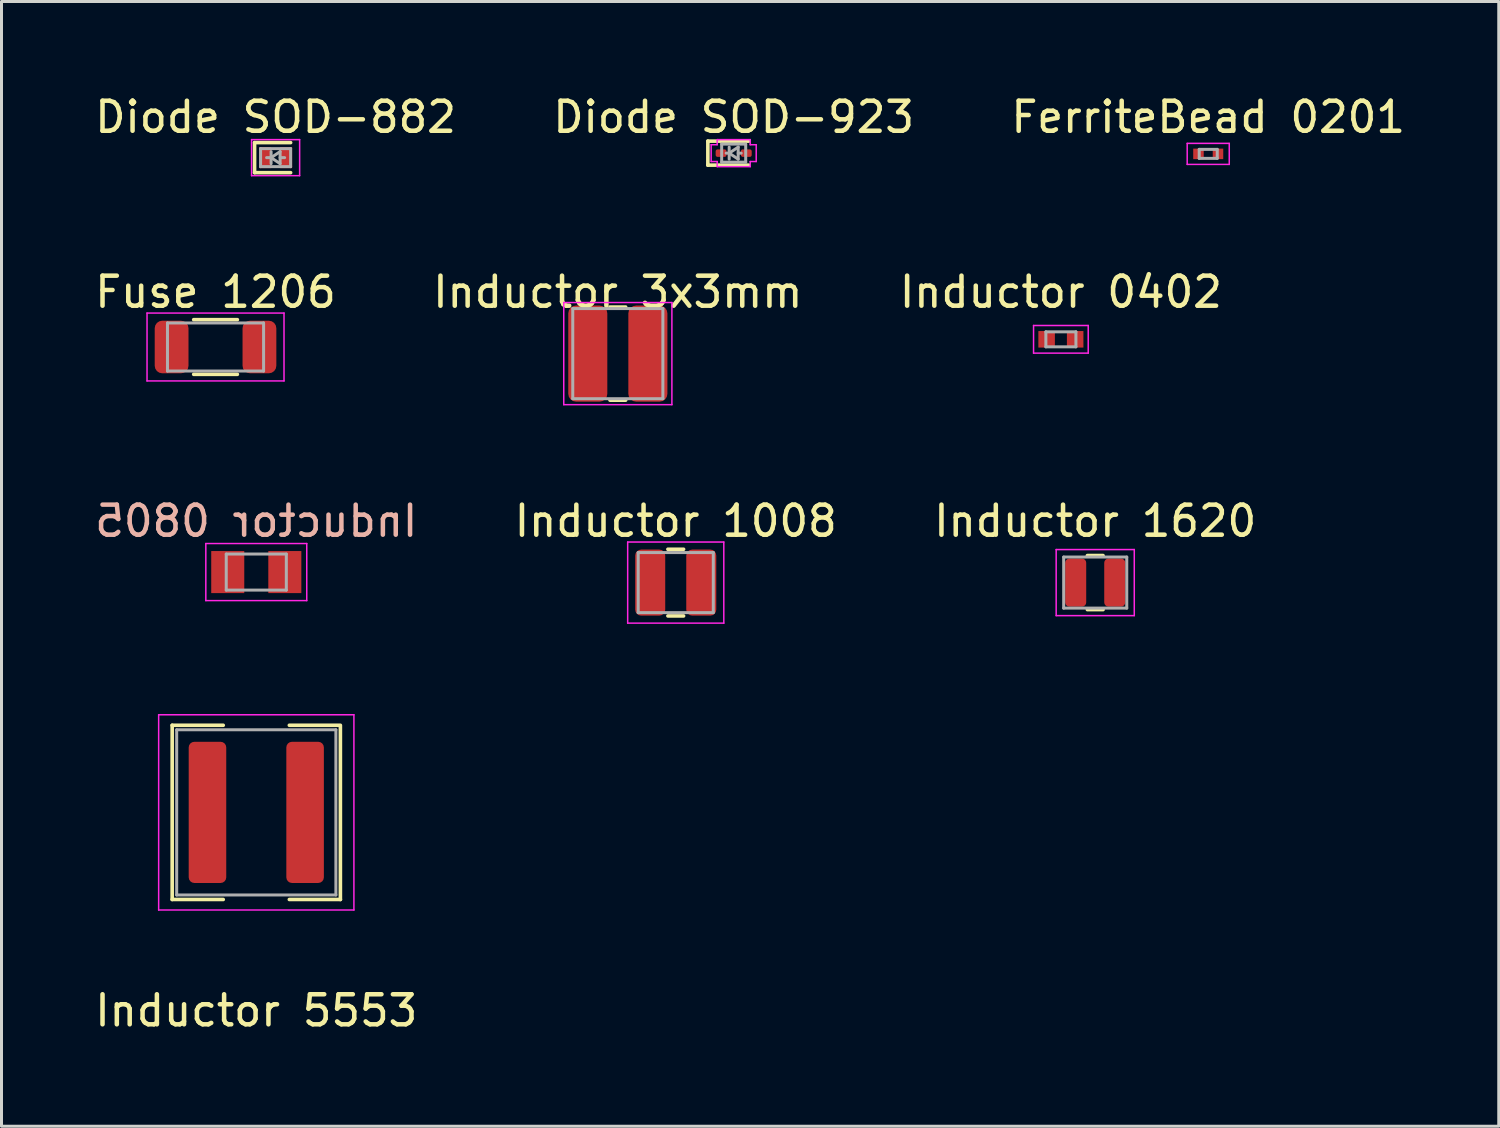
<source format=kicad_pcb>
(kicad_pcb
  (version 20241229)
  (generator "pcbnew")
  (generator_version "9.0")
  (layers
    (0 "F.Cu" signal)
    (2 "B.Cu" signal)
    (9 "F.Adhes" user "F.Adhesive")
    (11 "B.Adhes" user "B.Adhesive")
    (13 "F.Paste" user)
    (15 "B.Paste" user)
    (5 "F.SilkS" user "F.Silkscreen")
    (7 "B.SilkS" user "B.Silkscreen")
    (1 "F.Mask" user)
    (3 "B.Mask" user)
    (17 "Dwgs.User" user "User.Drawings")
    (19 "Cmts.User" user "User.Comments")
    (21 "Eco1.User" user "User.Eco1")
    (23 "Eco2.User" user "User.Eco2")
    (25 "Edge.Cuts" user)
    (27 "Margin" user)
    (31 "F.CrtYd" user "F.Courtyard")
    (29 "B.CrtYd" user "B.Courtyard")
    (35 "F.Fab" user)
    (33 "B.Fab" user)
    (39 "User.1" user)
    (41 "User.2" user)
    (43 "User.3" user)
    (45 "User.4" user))
  (footprint "Diode SOD-882"
    (layer "F.Cu")
    (at 6.125 2.198)
    (property "Reference" "Diode SOD-882" (at 0 -1.35 0) (layer "F.SilkS") (effects (font (size 1 1) (thickness 0.15))))
    (attr smd)
    (fp_line (start -0.7 -0.5) (end -0.7 0.5) (stroke (width 0.12) (type solid)) (layer "F.SilkS"))
    (fp_line (start 0.5 -0.5) (end -0.7 -0.5) (stroke (width 0.12) (type solid)) (layer "F.SilkS"))
    (fp_line (start 0.5 0.5) (end -0.7 0.5) (stroke (width 0.12) (type solid)) (layer "F.SilkS"))
    (fp_line (start -0.8 -0.6) (end -0.8 0.6) (stroke (width 0.05) (type solid)) (layer "F.CrtYd"))
    (fp_line (start -0.8 -0.6) (end 0.8 -0.6) (stroke (width 0.05) (type solid)) (layer "F.CrtYd"))
    (fp_line (start 0.8 -0.6) (end 0.8 0.6) (stroke (width 0.05) (type solid)) (layer "F.CrtYd"))
    (fp_line (start 0.8 0.6) (end -0.8 0.6) (stroke (width 0.05) (type solid)) (layer "F.CrtYd"))
    (fp_line (start -0.5 -0.3) (end 0.5 -0.3) (stroke (width 0.1) (type solid)) (layer "F.Fab"))
    (fp_line (start -0.5 0.3) (end -0.5 -0.3) (stroke (width 0.1) (type solid)) (layer "F.Fab"))
    (fp_line (start -0.15 0) (end -0.3 0) (stroke (width 0.1) (type solid)) (layer "F.Fab"))
    (fp_line (start -0.15 0) (end 0.15 0.2) (stroke (width 0.1) (type solid)) (layer "F.Fab"))
    (fp_line (start -0.15 0.2) (end -0.15 -0.2) (stroke (width 0.1) (type solid)) (layer "F.Fab"))
    (fp_line (start 0.15 -0.2) (end -0.15 0) (stroke (width 0.1) (type solid)) (layer "F.Fab"))
    (fp_line (start 0.15 0) (end 0.3 0) (stroke (width 0.1) (type solid)) (layer "F.Fab"))
    (fp_line (start 0.15 0.2) (end 0.15 -0.2) (stroke (width 0.1) (type solid)) (layer "F.Fab"))
    (fp_line (start 0.5 -0.3) (end 0.5 0.3) (stroke (width 0.1) (type solid)) (layer "F.Fab"))
    (fp_line (start 0.5 0.3) (end -0.5 0.3) (stroke (width 0.1) (type solid)) (layer "F.Fab"))
    (pad "" smd roundrect (at -0.35 0) (size 0.3 0.6) (layers "F.Paste") (roundrect_rratio 0.167))
    (pad "" smd roundrect (at 0.35 0) (size 0.3 0.6) (layers "F.Paste") (roundrect_rratio 0.167))
    (pad "1" smd rect (at -0.35 0) (size 0.4 0.7) (layers "F.Cu" "F.Mask"))
    (pad "2" smd rect (at 0.35 0) (size 0.4 0.7) (layers "F.Cu" "F.Mask")))
  (footprint "Inductor 1008"
    (layer "F.Cu")
    (at 19.446 16.345)
    (property "Reference" "Inductor 1008" (at 0 -2.05 0) (layer "F.SilkS") (effects (font (size 1 1) (thickness 0.15))))
    (attr smd)
    (fp_line (start -0.261 -1.11) (end 0.261 -1.11) (stroke (width 0.12) (type solid)) (layer "F.SilkS"))
    (fp_line (start -0.261 1.11) (end 0.261 1.11) (stroke (width 0.12) (type solid)) (layer "F.SilkS"))
    (fp_line (start -1.6 -1.35) (end 1.6 -1.35) (stroke (width 0.05) (type solid)) (layer "F.CrtYd"))
    (fp_line (start -1.6 1.35) (end -1.6 -1.35) (stroke (width 0.05) (type solid)) (layer "F.CrtYd"))
    (fp_line (start 1.6 -1.35) (end 1.6 1.35) (stroke (width 0.05) (type solid)) (layer "F.CrtYd"))
    (fp_line (start 1.6 1.35) (end -1.6 1.35) (stroke (width 0.05) (type solid)) (layer "F.CrtYd"))
    (fp_line (start -1.25 -1) (end 1.25 -1) (stroke (width 0.1) (type solid)) (layer "F.Fab"))
    (fp_line (start -1.25 1) (end -1.25 -1) (stroke (width 0.1) (type solid)) (layer "F.Fab"))
    (fp_line (start 1.25 -1) (end 1.25 1) (stroke (width 0.1) (type solid)) (layer "F.Fab"))
    (fp_line (start 1.25 1) (end -1.25 1) (stroke (width 0.1) (type solid)) (layer "F.Fab"))
    (pad "1" smd roundrect (at -0.85 0) (size 1 2.2) (layers "F.Cu" "F.Mask" "F.Paste") (roundrect_rratio 0.2))
    (pad "2" smd roundrect (at 0.85 0) (size 1 2.2) (layers "F.Cu" "F.Mask" "F.Paste") (roundrect_rratio 0.2)))
  (footprint "Diode SOD-923"
    (layer "F.Cu")
    (at 21.375 2.048)
    (property "Reference" "Diode SOD-923" (at 0 -1.2 0) (layer "F.SilkS") (effects (font (size 1 1) (thickness 0.15))))
    (attr smd)
    (fp_line (start -0.86 -0.4) (end -0.86 0.4) (stroke (width 0.12) (type solid)) (layer "F.SilkS"))
    (fp_line (start 0.5 -0.4) (end -0.86 -0.4) (stroke (width 0.12) (type solid)) (layer "F.SilkS"))
    (fp_line (start 0.5 0.4) (end -0.86 0.4) (stroke (width 0.12) (type solid)) (layer "F.SilkS"))
    (fp_line (start -0.75 -0.28) (end -0.75 0.28) (stroke (width 0.05) (type solid)) (layer "F.CrtYd"))
    (fp_line (start -0.75 0.28) (end -0.55 0.28) (stroke (width 0.05) (type solid)) (layer "F.CrtYd"))
    (fp_line (start -0.55 -0.45) (end 0.55 -0.45) (stroke (width 0.05) (type solid)) (layer "F.CrtYd"))
    (fp_line (start -0.55 -0.28) (end -0.75 -0.28) (stroke (width 0.05) (type solid)) (layer "F.CrtYd"))
    (fp_line (start -0.55 -0.28) (end -0.55 -0.45) (stroke (width 0.05) (type solid)) (layer "F.CrtYd"))
    (fp_line (start -0.55 0.45) (end -0.55 0.28) (stroke (width 0.05) (type solid)) (layer "F.CrtYd"))
    (fp_line (start 0.55 -0.45) (end 0.55 -0.28) (stroke (width 0.05) (type solid)) (layer "F.CrtYd"))
    (fp_line (start 0.55 -0.28) (end 0.75 -0.28) (stroke (width 0.05) (type solid)) (layer "F.CrtYd"))
    (fp_line (start 0.55 0.28) (end 0.55 0.45) (stroke (width 0.05) (type solid)) (layer "F.CrtYd"))
    (fp_line (start 0.55 0.45) (end -0.55 0.45) (stroke (width 0.05) (type solid)) (layer "F.CrtYd"))
    (fp_line (start 0.75 -0.28) (end 0.75 0.28) (stroke (width 0.05) (type solid)) (layer "F.CrtYd"))
    (fp_line (start 0.75 0.28) (end 0.55 0.28) (stroke (width 0.05) (type solid)) (layer "F.CrtYd"))
    (fp_line (start -0.4 -0.3) (end 0.4 -0.3) (stroke (width 0.1) (type solid)) (layer "F.Fab"))
    (fp_line (start -0.4 0.3) (end -0.4 -0.3) (stroke (width 0.1) (type solid)) (layer "F.Fab"))
    (fp_line (start -0.15 0) (end -0.25 0) (stroke (width 0.1) (type solid)) (layer "F.Fab"))
    (fp_line (start -0.15 0) (end 0.15 0.2) (stroke (width 0.1) (type solid)) (layer "F.Fab"))
    (fp_line (start -0.15 0.2) (end -0.15 -0.2) (stroke (width 0.1) (type solid)) (layer "F.Fab"))
    (fp_line (start 0.15 -0.2) (end -0.15 0) (stroke (width 0.1) (type solid)) (layer "F.Fab"))
    (fp_line (start 0.15 0) (end 0.25 0) (stroke (width 0.1) (type solid)) (layer "F.Fab"))
    (fp_line (start 0.15 0.2) (end 0.15 -0.2) (stroke (width 0.1) (type solid)) (layer "F.Fab"))
    (fp_line (start 0.4 -0.3) (end 0.4 0.3) (stroke (width 0.1) (type solid)) (layer "F.Fab"))
    (fp_line (start 0.4 0.3) (end -0.4 0.3) (stroke (width 0.1) (type solid)) (layer "F.Fab"))
    (pad "1" smd roundrect (at -0.42 0 180) (size 0.36 0.25) (layers "F.Cu" "F.Mask" "F.Paste") (roundrect_rratio 0.25))
    (pad "2" smd roundrect (at 0.42 0 180) (size 0.36 0.25) (layers "F.Cu" "F.Mask" "F.Paste") (roundrect_rratio 0.25)))
  (footprint "Inductor 3x3mm"
    (layer "F.Cu")
    (at 17.518 8.722)
    (property "Reference" "Inductor 3x3mm" (at 0 -2.05 0) (layer "F.SilkS") (effects (font (size 1 1) (thickness 0.15))))
    (attr smd)
    (fp_line (start -0.261 -1.55) (end 0.261 -1.55) (stroke (width 0.12) (type solid)) (layer "F.SilkS"))
    (fp_line (start -0.261 1.55) (end 0.261 1.55) (stroke (width 0.12) (type solid)) (layer "F.SilkS"))
    (fp_line (start -1.8 -1.7) (end 1.8 -1.7) (stroke (width 0.05) (type solid)) (layer "F.CrtYd"))
    (fp_line (start -1.8 1.7) (end -1.8 -1.7) (stroke (width 0.05) (type solid)) (layer "F.CrtYd"))
    (fp_line (start 1.8 -1.7) (end 1.8 1.7) (stroke (width 0.05) (type solid)) (layer "F.CrtYd"))
    (fp_line (start 1.8 1.7) (end -1.8 1.7) (stroke (width 0.05) (type solid)) (layer "F.CrtYd"))
    (fp_line (start -1.5 -1.5) (end 1.5 -1.5) (stroke (width 0.1) (type solid)) (layer "F.Fab"))
    (fp_line (start -1.5 1.5) (end -1.5 -1.5) (stroke (width 0.1) (type solid)) (layer "F.Fab"))
    (fp_line (start 1.5 -1.5) (end 1.5 1.5) (stroke (width 0.1) (type solid)) (layer "F.Fab"))
    (fp_line (start 1.5 1.5) (end -1.5 1.5) (stroke (width 0.1) (type solid)) (layer "F.Fab"))
    (pad "1" smd roundrect (at -1 0) (size 1.3 3.2) (layers "F.Cu" "F.Mask" "F.Paste") (roundrect_rratio 0.2))
    (pad "2" smd roundrect (at 1 0) (size 1.3 3.2) (layers "F.Cu" "F.Mask" "F.Paste") (roundrect_rratio 0.2)))
  (footprint "Fuse 1206"
    (layer "F.Cu")
    (at 4.125 8.502)
    (property "Reference" "Fuse 1206" (at 0 -1.83 0) (layer "F.SilkS") (effects (font (size 1 1) (thickness 0.15))))
    (attr smd)
    (fp_line (start -0.727 -0.91) (end 0.727 -0.91) (stroke (width 0.12) (type solid)) (layer "F.SilkS"))
    (fp_line (start -0.727 0.91) (end 0.727 0.91) (stroke (width 0.12) (type solid)) (layer "F.SilkS"))
    (fp_line (start -2.28 -1.13) (end 2.28 -1.13) (stroke (width 0.05) (type solid)) (layer "F.CrtYd"))
    (fp_line (start -2.28 1.13) (end -2.28 -1.13) (stroke (width 0.05) (type solid)) (layer "F.CrtYd"))
    (fp_line (start 2.28 -1.13) (end 2.28 1.13) (stroke (width 0.05) (type solid)) (layer "F.CrtYd"))
    (fp_line (start 2.28 1.13) (end -2.28 1.13) (stroke (width 0.05) (type solid)) (layer "F.CrtYd"))
    (fp_line (start -1.6 -0.8) (end 1.6 -0.8) (stroke (width 0.1) (type solid)) (layer "F.Fab"))
    (fp_line (start -1.6 0.8) (end -1.6 -0.8) (stroke (width 0.1) (type solid)) (layer "F.Fab"))
    (fp_line (start 1.6 -0.8) (end 1.6 0.8) (stroke (width 0.1) (type solid)) (layer "F.Fab"))
    (fp_line (start 1.6 0.8) (end -1.6 0.8) (stroke (width 0.1) (type solid)) (layer "F.Fab"))
    (pad "1" smd roundrect (at -1.462 0) (size 1.125 1.75) (layers "F.Cu" "F.Mask" "F.Paste") (roundrect_rratio 0.222))
    (pad "2" smd roundrect (at 1.462 0) (size 1.125 1.75) (layers "F.Cu" "F.Mask" "F.Paste") (roundrect_rratio 0.222)))
  (footprint "Inductor 5553"
    (layer "F.Cu")
    (at 5.482 23.995)
    (property "Reference" "Inductor 5553" (at 0 6.6 0) (layer "F.SilkS") (effects (font (size 1 1) (thickness 0.15))))
    (attr smd)
    (fp_line (start -2.8 -2.9) (end -1.1 -2.9) (stroke (width 0.12) (type solid)) (layer "F.SilkS"))
    (fp_line (start -2.8 2.9) (end -2.8 -2.9) (stroke (width 0.12) (type solid)) (layer "F.SilkS"))
    (fp_line (start -1.1 2.9) (end -2.8 2.9) (stroke (width 0.12) (type solid)) (layer "F.SilkS"))
    (fp_line (start 1.1 2.9) (end 2.8 2.9) (stroke (width 0.12) (type solid)) (layer "F.SilkS"))
    (fp_line (start 2.75 -2.9) (end 1.1 -2.9) (stroke (width 0.12) (type solid)) (layer "F.SilkS"))
    (fp_line (start 2.8 2.9) (end 2.8 -2.9) (stroke (width 0.12) (type solid)) (layer "F.SilkS"))
    (fp_line (start -3.25 -3.25) (end -3.25 3.25) (stroke (width 0.05) (type solid)) (layer "F.CrtYd"))
    (fp_line (start -3.25 3.25) (end 3.25 3.25) (stroke (width 0.05) (type solid)) (layer "F.CrtYd"))
    (fp_line (start 3.25 -3.25) (end -3.25 -3.25) (stroke (width 0.05) (type solid)) (layer "F.CrtYd"))
    (fp_line (start 3.25 3.25) (end 3.25 -3.25) (stroke (width 0.05) (type solid)) (layer "F.CrtYd"))
    (fp_line (start -2.65 -2.75) (end -2.65 2.75) (stroke (width 0.1) (type solid)) (layer "F.Fab"))
    (fp_line (start -2.65 2.75) (end 2.65 2.75) (stroke (width 0.1) (type solid)) (layer "F.Fab"))
    (fp_line (start 2.65 -2.75) (end -2.65 -2.75) (stroke (width 0.1) (type solid)) (layer "F.Fab"))
    (fp_line (start 2.65 2.75) (end 2.65 -2.75) (stroke (width 0.1) (type solid)) (layer "F.Fab"))
    (pad "1" smd roundrect (at -1.625 0) (size 1.25 4.7) (layers "F.Cu" "F.Mask" "F.Paste") (roundrect_rratio 0.15))
    (pad "2" smd roundrect (at 1.625 0) (size 1.25 4.7) (layers "F.Cu" "F.Mask" "F.Paste") (roundrect_rratio 0.15)))
  (footprint "FerriteBead 0201"
    (layer "F.Cu")
    (at 37.173 2.073)
    (property "Reference" "FerriteBead 0201" (at 0 -1.225 0) (layer "F.SilkS") (effects (font (size 1 1) (thickness 0.15))))
    (attr smd)
    (fp_line (start -0.7 -0.35) (end 0.7 -0.35) (stroke (width 0.05) (type solid)) (layer "F.CrtYd"))
    (fp_line (start -0.7 0.35) (end -0.7 -0.35) (stroke (width 0.05) (type solid)) (layer "F.CrtYd"))
    (fp_line (start 0.7 -0.35) (end 0.7 0.35) (stroke (width 0.05) (type solid)) (layer "F.CrtYd"))
    (fp_line (start 0.7 0.35) (end -0.7 0.35) (stroke (width 0.05) (type solid)) (layer "F.CrtYd"))
    (fp_line (start -0.3 -0.15) (end 0.3 -0.15) (stroke (width 0.1) (type solid)) (layer "F.Fab"))
    (fp_line (start -0.3 0.15) (end -0.3 -0.15) (stroke (width 0.1) (type solid)) (layer "F.Fab"))
    (fp_line (start 0.3 -0.15) (end 0.3 0.15) (stroke (width 0.1) (type solid)) (layer "F.Fab"))
    (fp_line (start 0.3 0.15) (end -0.3 0.15) (stroke (width 0.1) (type solid)) (layer "F.Fab"))
    (pad "" smd roundrect (at -0.34 0) (size 0.28 0.32) (layers "F.Paste") (roundrect_rratio 0.1))
    (pad "" smd roundrect (at 0.34 0) (size 0.28 0.32) (layers "F.Paste") (roundrect_rratio 0.1))
    (pad "1" smd rect (at -0.325 0) (size 0.35 0.35) (layers "F.Cu" "F.Mask"))
    (pad "2" smd rect (at 0.325 0) (size 0.35 0.35) (layers "F.Cu" "F.Mask")))
  (footprint "Inductor 0402"
    (layer "F.Cu")
    (at 32.268 8.246)
    (property "Reference" "Inductor 0402" (at 0 -1.575 0) (layer "F.SilkS") (effects (font (size 1 1) (thickness 0.15))))
    (attr smd)
    (fp_line (start -0.91 -0.46) (end 0.91 -0.46) (stroke (width 0.05) (type solid)) (layer "F.CrtYd"))
    (fp_line (start -0.91 0.46) (end -0.91 -0.46) (stroke (width 0.05) (type solid)) (layer "F.CrtYd"))
    (fp_line (start 0.91 -0.46) (end 0.91 0.46) (stroke (width 0.05) (type solid)) (layer "F.CrtYd"))
    (fp_line (start 0.91 0.46) (end -0.91 0.46) (stroke (width 0.05) (type solid)) (layer "F.CrtYd"))
    (fp_line (start -0.5 -0.25) (end 0.5 -0.25) (stroke (width 0.1) (type solid)) (layer "F.Fab"))
    (fp_line (start -0.5 0.25) (end -0.5 -0.25) (stroke (width 0.1) (type solid)) (layer "F.Fab"))
    (fp_line (start 0.5 -0.25) (end 0.5 0.25) (stroke (width 0.1) (type solid)) (layer "F.Fab"))
    (fp_line (start 0.5 0.25) (end -0.5 0.25) (stroke (width 0.1) (type solid)) (layer "F.Fab"))
    (pad "1" smd rect (at -0.475 0) (size 0.55 0.55) (layers "F.Cu" "F.Mask" "F.Paste"))
    (pad "2" smd rect (at 0.475 0) (size 0.55 0.55) (layers "F.Cu" "F.Mask" "F.Paste")))
  (footprint "Inductor 0805"
    (layer "F.Cu")
    (at 5.482 15.995)
    (property "Reference" "Inductor 0805" (at 0 -1.7 0) (layer "B.SilkS") (effects (font (size 1 1) (thickness 0.15)) (justify mirror)))
    (attr smd)
    (fp_line (start -1.68 -0.95) (end 1.68 -0.95) (stroke (width 0.05) (type solid)) (layer "F.CrtYd"))
    (fp_line (start -1.68 0.95) (end -1.68 -0.95) (stroke (width 0.05) (type solid)) (layer "F.CrtYd"))
    (fp_line (start 1.68 -0.95) (end 1.68 0.95) (stroke (width 0.05) (type solid)) (layer "F.CrtYd"))
    (fp_line (start 1.68 0.95) (end -1.68 0.95) (stroke (width 0.05) (type solid)) (layer "F.CrtYd"))
    (fp_line (start -1 -0.6) (end 1 -0.6) (stroke (width 0.1) (type solid)) (layer "F.Fab"))
    (fp_line (start -1 0.6) (end -1 -0.6) (stroke (width 0.1) (type solid)) (layer "F.Fab"))
    (fp_line (start 1 -0.6) (end 1 0.6) (stroke (width 0.1) (type solid)) (layer "F.Fab"))
    (fp_line (start 1 0.6) (end -1 0.6) (stroke (width 0.1) (type solid)) (layer "F.Fab"))
    (pad "1" smd rect (at -0.95 0) (size 1.1 1.4) (layers "F.Cu" "F.Mask" "F.Paste"))
    (pad "2" smd rect (at 0.95 0) (size 1.1 1.4) (layers "F.Cu" "F.Mask" "F.Paste")))
  (footprint "Inductor 1620"
    (layer "F.Cu")
    (at 33.411 16.345)
    (property "Reference" "Inductor 1620" (at 0 -2.05 0) (layer "F.SilkS") (effects (font (size 1 1) (thickness 0.15))))
    (attr smd)
    (fp_line (start -0.261 -0.9) (end 0.261 -0.9) (stroke (width 0.12) (type solid)) (layer "F.SilkS"))
    (fp_line (start -0.261 0.9) (end 0.261 0.9) (stroke (width 0.12) (type solid)) (layer "F.SilkS"))
    (fp_line (start -1.3 -1.1) (end 1.3 -1.1) (stroke (width 0.05) (type solid)) (layer "F.CrtYd"))
    (fp_line (start -1.3 1.1) (end -1.3 -1.1) (stroke (width 0.05) (type solid)) (layer "F.CrtYd"))
    (fp_line (start 1.3 -1.1) (end 1.3 1.1) (stroke (width 0.05) (type solid)) (layer "F.CrtYd"))
    (fp_line (start 1.3 1.1) (end -1.3 1.1) (stroke (width 0.05) (type solid)) (layer "F.CrtYd"))
    (fp_line (start -1.05 -0.85) (end 1.05 -0.85) (stroke (width 0.1) (type solid)) (layer "F.Fab"))
    (fp_line (start -1.05 0.85) (end -1.05 -0.85) (stroke (width 0.1) (type solid)) (layer "F.Fab"))
    (fp_line (start 1.05 -0.85) (end 1.05 0.85) (stroke (width 0.1) (type solid)) (layer "F.Fab"))
    (fp_line (start 1.05 0.85) (end -1.05 0.85) (stroke (width 0.1) (type solid)) (layer "F.Fab"))
    (pad "1" smd roundrect (at -0.65 0) (size 0.7 1.6) (layers "F.Cu" "F.Mask" "F.Paste") (roundrect_rratio 0.2))
    (pad "2" smd roundrect (at 0.65 0) (size 0.7 1.6) (layers "F.Cu" "F.Mask" "F.Paste") (roundrect_rratio 0.2)))
  (gr_rect
    (start -3 -3)
    (end 46.845 34.443)
    (stroke (width 0.1) (type default))
    (fill no)
    (layer "Edge.Cuts")))
</source>
